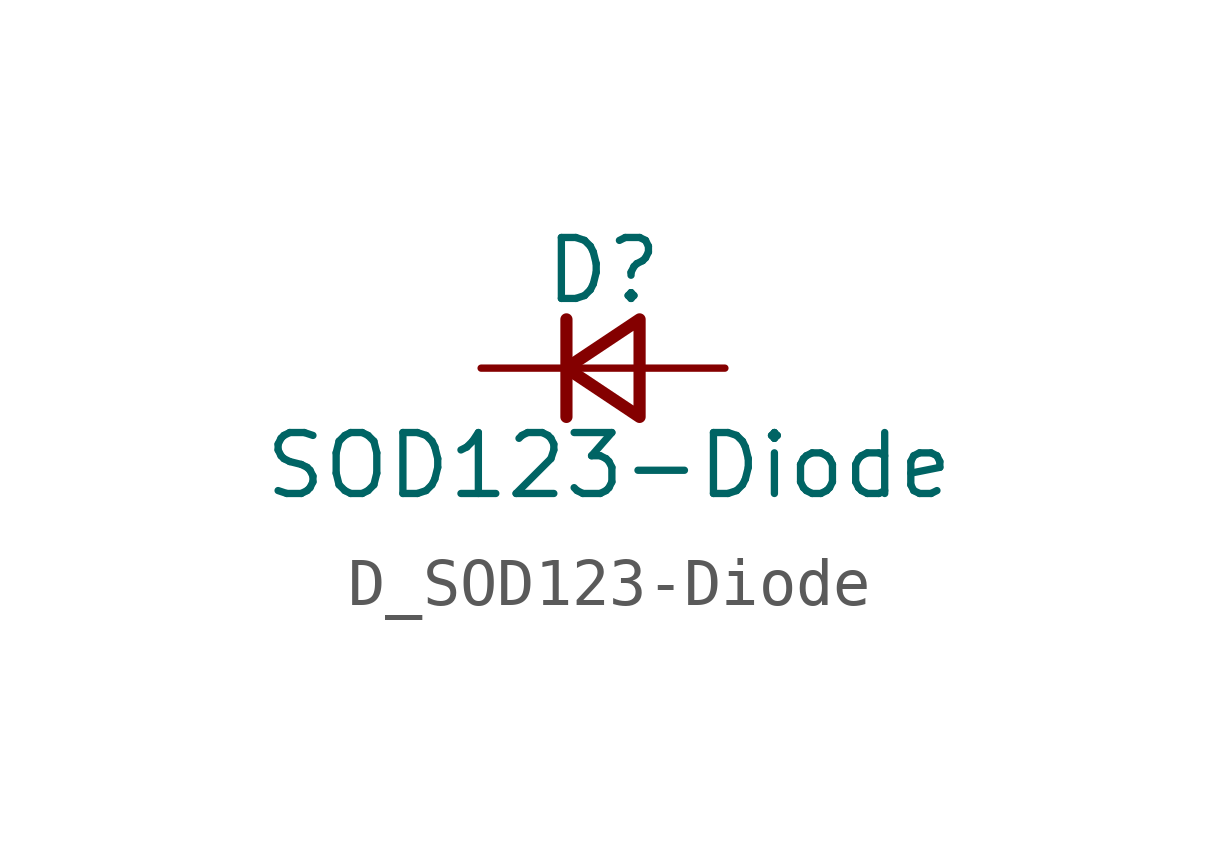
<source format=kicad_sym>
(kicad_symbol_lib
  (version 20220914)
  (generator kicad_symbol_editor)
  (symbol "D_SOD123-Diode"
    (pin_numbers hide)
    (pin_names
      (offset 0.254) hide)
    (property "Reference" "D"
      (at -1.27 2.032 0)
      (effects (font (size 1.27 1.27)) (justify left)))
    (property "Value" "SOD123-Diode"
      (at -7.112 -2.032 0)
      (effects (font (size 1.27 1.27)) (justify left)))
    (symbol "D_SOD123-Diode_0_1"
      (polyline (pts (xy -0.762 0) (xy 0.762 0)) (stroke (width 0) (type default)) (fill (type none)))
      (polyline (pts (xy 0.762 -1.016) (xy -0.762 0) (xy 0.762 1.016) (xy 0.762 -1.016)) (stroke (width 0.254) (type default)) (fill (type none)))
      (polyline (pts (xy -0.762 1.016) (xy -0.762 0.889) (xy -0.762 1.016) (xy -0.762 -1.016) (xy -0.762 -1.016) (xy -0.762 -1.016)) (stroke (width 0.254) (type default)) (fill (type none))))
    (symbol "D_SOD123-Diode_1_1"
      (pin passive line (at -2.54 0 0) (length 1.778) (name "K" (effects (font (size 1.27 1.27)))) (number "1" (effects (font (size 1.27 1.27)))))
      (pin passive line (at 2.54 0 180) (length 1.778) (name "A" (effects (font (size 1.27 1.27)))) (number "2" (effects (font (size 1.27 1.27))))))))
</source>
